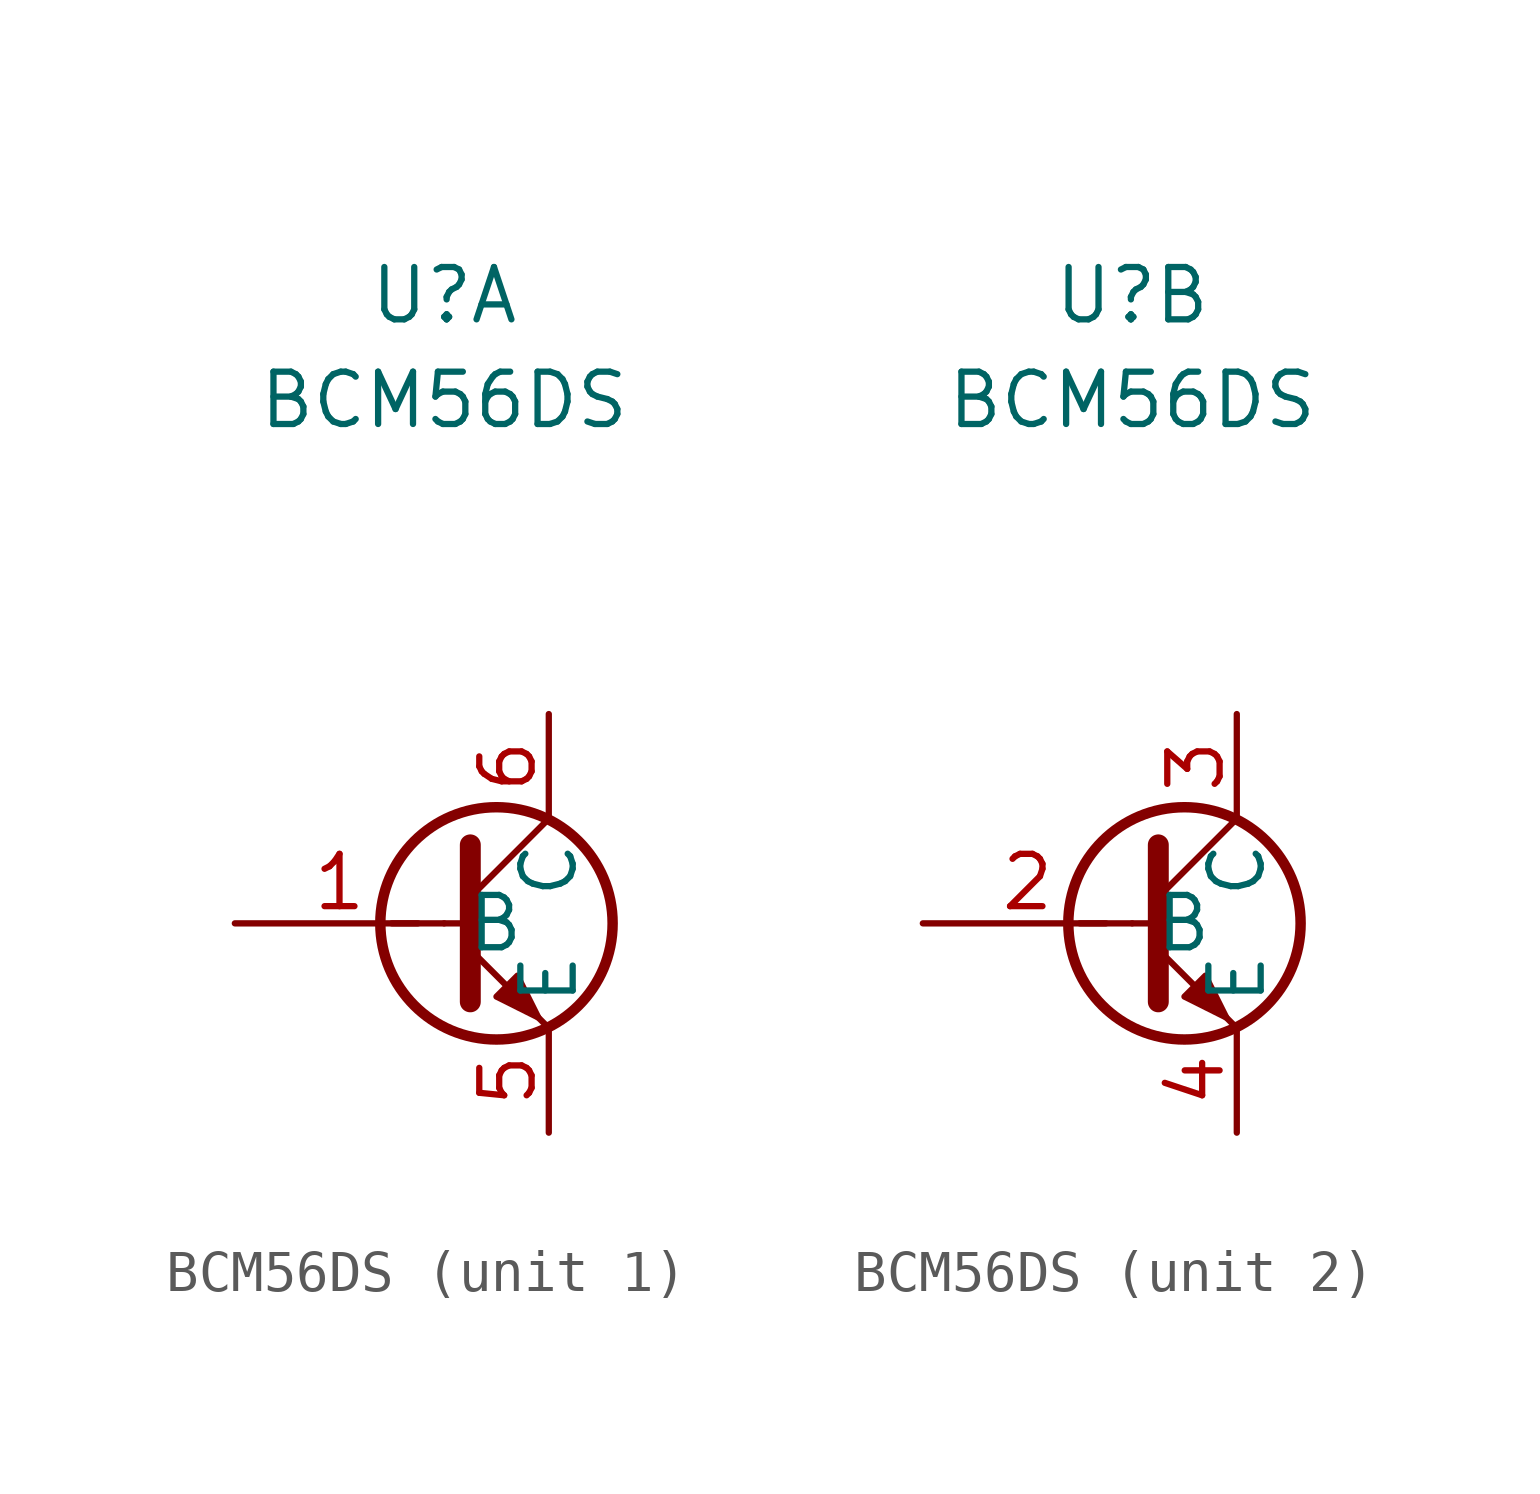
<source format=kicad_sym>
(kicad_symbol_lib
  (version 20201005)
  (generator kicad_symbol_editor)
  (symbol "Transistor_BJT:BCM56DS"
    (property "Reference" "U"
      (at 0 2.54 0)
      (effects (font (size 1.27 1.27))))
    (property "Value" "BCM56DS"
      (at 0 0 0)
      (effects (font (size 1.27 1.27))))
    (property "ki_locked" ""
      (at 0 0 0)
      (effects (font (size 1.27 1.27))))
    (symbol "BCM56DS_0_1"
      (circle (center 1.27 -12.7) (radius 2.819) (stroke (width 0.254)) (fill (type none)))
      (polyline (pts (xy -1.27 -12.7) (xy -0.635 -12.7)) (stroke (width 0)) (fill (type none)))
      (polyline (pts (xy 0 -12.7) (xy 0.635 -12.7)) (stroke (width 0)) (fill (type none)))
      (polyline (pts (xy 0.635 -12.065) (xy 2.54 -10.16)) (stroke (width 0)) (fill (type none)))
      (polyline (pts (xy 0.635 -13.335) (xy 2.54 -15.24) (xy 2.54 -15.24)) (stroke (width 0)) (fill (type none)))
      (polyline (pts (xy 0.635 -10.795) (xy 0.635 -14.605) (xy 0.635 -14.605)) (stroke (width 0.508)) (fill (type none)))
      (polyline (pts (xy 1.27 -14.478) (xy 1.778 -13.97) (xy 2.286 -14.986) (xy 1.27 -14.478) (xy 1.27 -14.478)) (stroke (width 0)) (fill (type outline))))
    (symbol "BCM56DS_1_1"
      (pin input line (at -5.08 -12.7 0) (length 5.08) (name "B" (effects (font (size 1.27 1.27)))) (number "1" (effects (font (size 1.27 1.27)))))
      (pin passive line (at 2.54 -17.78 90) (length 2.54) (name "E" (effects (font (size 1.27 1.27)))) (number "5" (effects (font (size 1.27 1.27)))))
      (pin passive line (at 2.54 -7.62 270) (length 2.54) (name "C" (effects (font (size 1.27 1.27)))) (number "6" (effects (font (size 1.27 1.27))))))
    (symbol "BCM56DS_2_1"
      (pin input line (at -5.08 -12.7 0) (length 5.08) (name "B" (effects (font (size 1.27 1.27)))) (number "2" (effects (font (size 1.27 1.27)))))
      (pin passive line (at 2.54 -7.62 270) (length 2.54) (name "C" (effects (font (size 1.27 1.27)))) (number "3" (effects (font (size 1.27 1.27)))))
      (pin passive line (at 2.54 -17.78 90) (length 2.54) (name "E" (effects (font (size 1.27 1.27)))) (number "4" (effects (font (size 1.27 1.27))))))))
</source>
